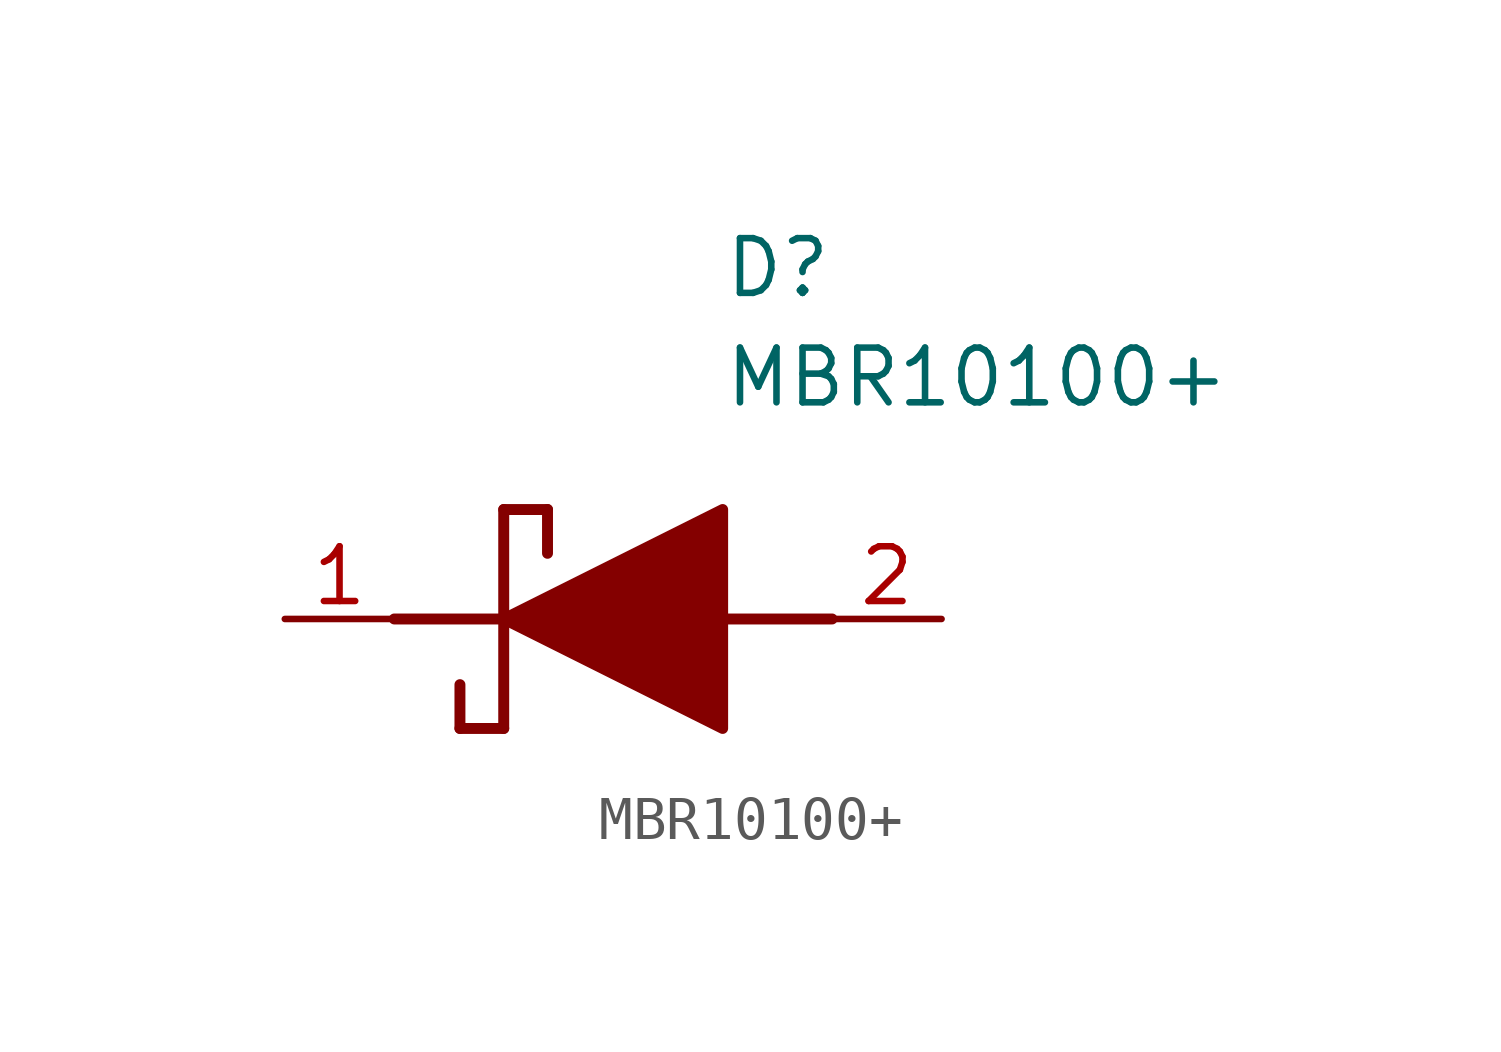
<source format=kicad_sym>
(kicad_symbol_lib
  (version 20211014)
  (generator SamacSys_ECAD_Model)
  (symbol "MBR10100+"
    (pin_names hide)
    (property "Reference" "D"
      (at 12.7 8.89 0)
      (effects (font (size 1.27 1.27)) (justify left top)))
    (property "Value" "MBR10100+"
      (at 12.7 6.35 0)
      (effects (font (size 1.27 1.27)) (justify left top)))
    (polyline
      (pts (xy 7.62 2.54) (xy 7.62 -2.54))
      (stroke (width 0.254) (type default))
      (fill (type none)))
    (polyline
      (pts (xy 7.62 2.54) (xy 8.636 2.54))
      (stroke (width 0.254) (type default))
      (fill (type none)))
    (polyline
      (pts (xy 8.636 1.524) (xy 8.636 2.54))
      (stroke (width 0.254) (type default))
      (fill (type none)))
    (polyline
      (pts (xy 7.62 -2.54) (xy 6.604 -2.54))
      (stroke (width 0.254) (type default))
      (fill (type none)))
    (polyline
      (pts (xy 6.604 -1.524) (xy 6.604 -2.54))
      (stroke (width 0.254) (type default))
      (fill (type none)))
    (polyline
      (pts (xy 5.08 0) (xy 7.62 0))
      (stroke (width 0.254) (type default))
      (fill (type none)))
    (polyline
      (pts (xy 12.7 0) (xy 15.24 0))
      (stroke (width 0.254) (type default))
      (fill (type none)))
    (polyline
      (pts (xy 7.62 0) (xy 12.7 2.54) (xy 12.7 -2.54) (xy 7.62 0))
      (stroke (width 0.254) (type default))
      (fill (type outline)))
    (pin passive line
      (at 2.54 0 0)
      (length 2.54)
      (name "K" (effects (font (size 1.27 1.27))))
      (number "1" (effects (font (size 1.27 1.27)))))
    (pin passive line
      (at 17.78 0 180)
      (length 2.54)
      (name "A" (effects (font (size 1.27 1.27))))
      (number "2" (effects (font (size 1.27 1.27)))))))
</source>
